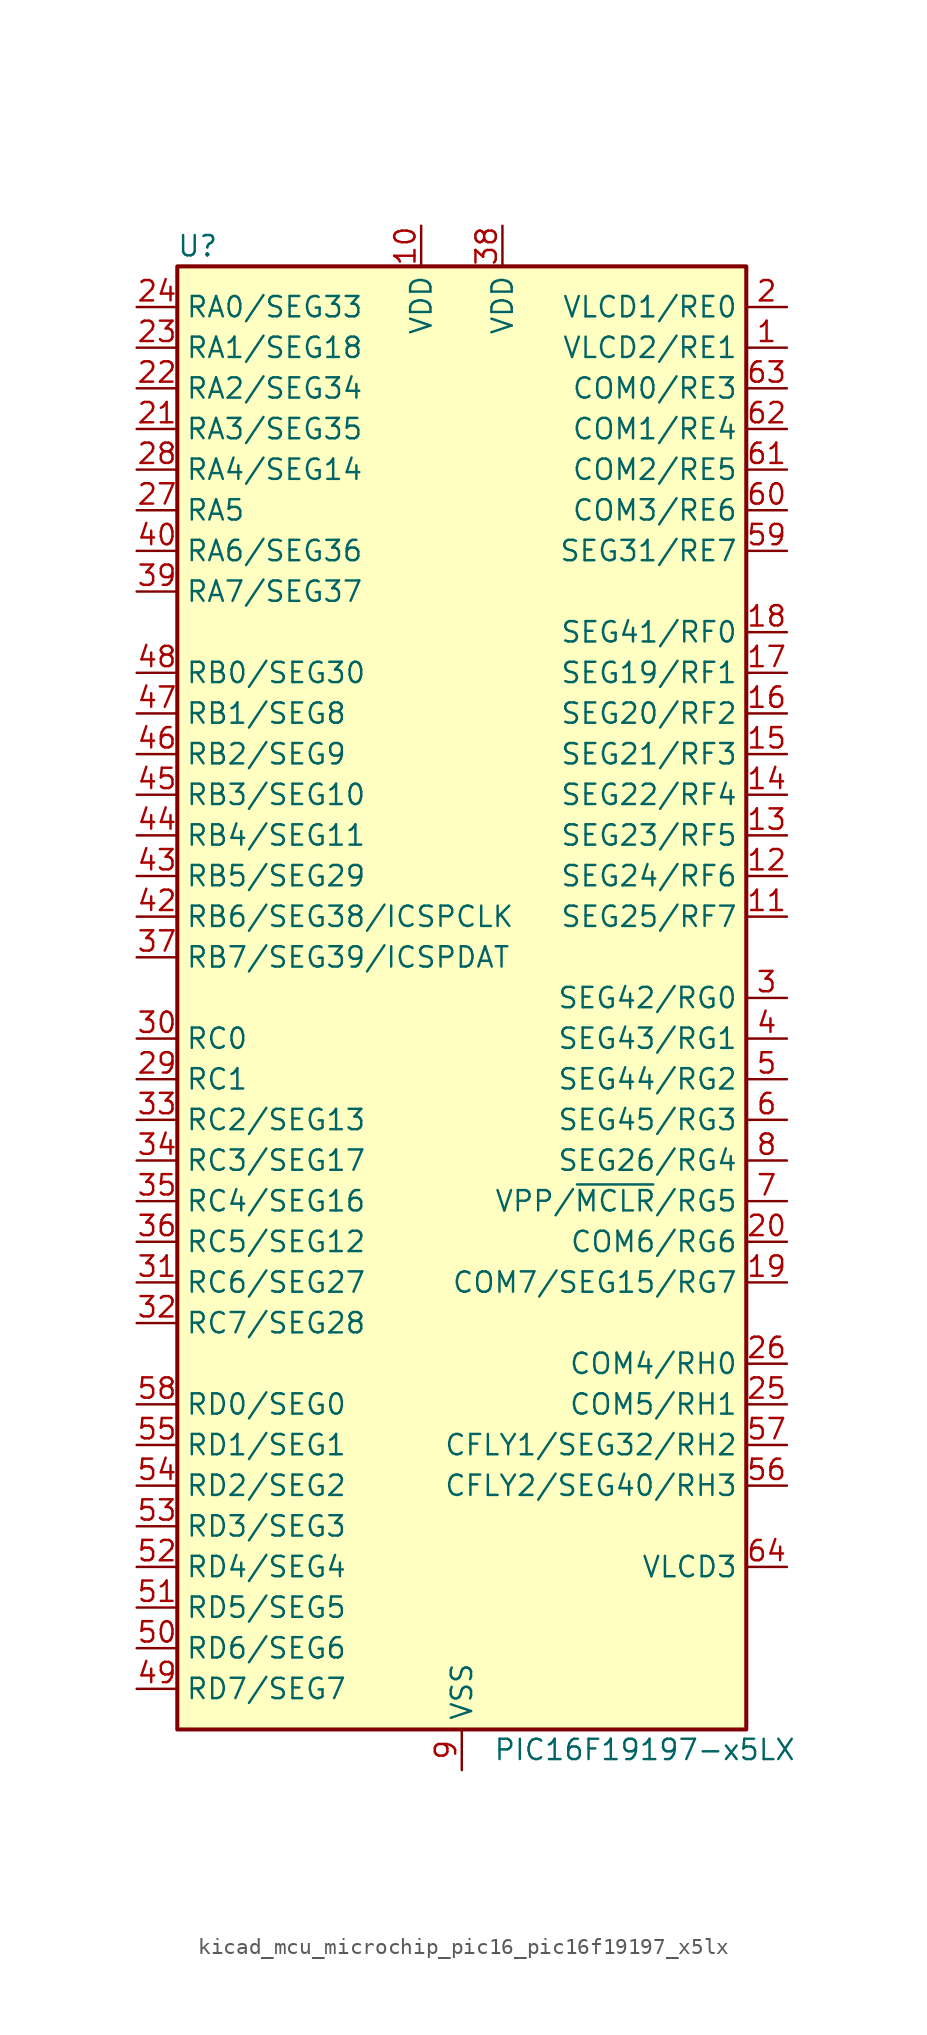
<source format=kicad_sym>
(kicad_symbol_lib
  (version 20220914)
  (generator kicad_symbol_editor)
  (symbol "kicad_mcu_microchip_pic16_pic16f19197_x5lx"
    (property "Reference" "U"
      (at -16.51 46.99 0)
      (effects (font (size 1.27 1.27))))
    (property "Value" "PIC16F19197-x5LX"
      (at 11.43 -46.99 0)
      (effects (font (size 1.27 1.27))))
    (symbol "kicad_mcu_microchip_pic16_pic16f19197_x5lx_0_1"
      (rectangle (start -17.78 45.72) (end 17.78 -45.72) (stroke (width 0.254) (type default)) (fill (type background))))
    (symbol "kicad_mcu_microchip_pic16_pic16f19197_x5lx_1_1"
      (pin bidirectional line (at 20.32 40.64 180) (length 2.54) (name "VLCD2/RE1" (effects (font (size 1.27 1.27)))) (number "1" (effects (font (size 1.27 1.27)))))
      (pin power_in line (at -2.54 48.26 270) (length 2.54) (name "VDD" (effects (font (size 1.27 1.27)))) (number "10" (effects (font (size 1.27 1.27)))))
      (pin bidirectional line (at 20.32 5.08 180) (length 2.54) (name "SEG25/RF7" (effects (font (size 1.27 1.27)))) (number "11" (effects (font (size 1.27 1.27)))))
      (pin bidirectional line (at 20.32 7.62 180) (length 2.54) (name "SEG24/RF6" (effects (font (size 1.27 1.27)))) (number "12" (effects (font (size 1.27 1.27)))))
      (pin bidirectional line (at 20.32 10.16 180) (length 2.54) (name "SEG23/RF5" (effects (font (size 1.27 1.27)))) (number "13" (effects (font (size 1.27 1.27)))))
      (pin bidirectional line (at 20.32 12.7 180) (length 2.54) (name "SEG22/RF4" (effects (font (size 1.27 1.27)))) (number "14" (effects (font (size 1.27 1.27)))))
      (pin bidirectional line (at 20.32 15.24 180) (length 2.54) (name "SEG21/RF3" (effects (font (size 1.27 1.27)))) (number "15" (effects (font (size 1.27 1.27)))))
      (pin bidirectional line (at 20.32 17.78 180) (length 2.54) (name "SEG20/RF2" (effects (font (size 1.27 1.27)))) (number "16" (effects (font (size 1.27 1.27)))))
      (pin bidirectional line (at 20.32 20.32 180) (length 2.54) (name "SEG19/RF1" (effects (font (size 1.27 1.27)))) (number "17" (effects (font (size 1.27 1.27)))))
      (pin bidirectional line (at 20.32 22.86 180) (length 2.54) (name "SEG41/RF0" (effects (font (size 1.27 1.27)))) (number "18" (effects (font (size 1.27 1.27)))))
      (pin bidirectional line (at 20.32 -17.78 180) (length 2.54) (name "COM7/SEG15/RG7" (effects (font (size 1.27 1.27)))) (number "19" (effects (font (size 1.27 1.27)))))
      (pin bidirectional line (at 20.32 43.18 180) (length 2.54) (name "VLCD1/RE0" (effects (font (size 1.27 1.27)))) (number "2" (effects (font (size 1.27 1.27)))))
      (pin bidirectional line (at 20.32 -15.24 180) (length 2.54) (name "COM6/RG6" (effects (font (size 1.27 1.27)))) (number "20" (effects (font (size 1.27 1.27)))))
      (pin bidirectional line (at -20.32 35.56 0) (length 2.54) (name "RA3/SEG35" (effects (font (size 1.27 1.27)))) (number "21" (effects (font (size 1.27 1.27)))))
      (pin bidirectional line (at -20.32 38.1 0) (length 2.54) (name "RA2/SEG34" (effects (font (size 1.27 1.27)))) (number "22" (effects (font (size 1.27 1.27)))))
      (pin bidirectional line (at -20.32 40.64 0) (length 2.54) (name "RA1/SEG18" (effects (font (size 1.27 1.27)))) (number "23" (effects (font (size 1.27 1.27)))))
      (pin bidirectional line (at -20.32 43.18 0) (length 2.54) (name "RA0/SEG33" (effects (font (size 1.27 1.27)))) (number "24" (effects (font (size 1.27 1.27)))))
      (pin bidirectional line (at 20.32 -25.4 180) (length 2.54) (name "COM5/RH1" (effects (font (size 1.27 1.27)))) (number "25" (effects (font (size 1.27 1.27)))))
      (pin bidirectional line (at 20.32 -22.86 180) (length 2.54) (name "COM4/RH0" (effects (font (size 1.27 1.27)))) (number "26" (effects (font (size 1.27 1.27)))))
      (pin bidirectional line (at -20.32 30.48 0) (length 2.54) (name "RA5" (effects (font (size 1.27 1.27)))) (number "27" (effects (font (size 1.27 1.27)))))
      (pin bidirectional line (at -20.32 33.02 0) (length 2.54) (name "RA4/SEG14" (effects (font (size 1.27 1.27)))) (number "28" (effects (font (size 1.27 1.27)))))
      (pin bidirectional line (at -20.32 -5.08 0) (length 2.54) (name "RC1" (effects (font (size 1.27 1.27)))) (number "29" (effects (font (size 1.27 1.27)))))
      (pin bidirectional line (at 20.32 0 180) (length 2.54) (name "SEG42/RG0" (effects (font (size 1.27 1.27)))) (number "3" (effects (font (size 1.27 1.27)))))
      (pin bidirectional line (at -20.32 -2.54 0) (length 2.54) (name "RC0" (effects (font (size 1.27 1.27)))) (number "30" (effects (font (size 1.27 1.27)))))
      (pin bidirectional line (at -20.32 -17.78 0) (length 2.54) (name "RC6/SEG27" (effects (font (size 1.27 1.27)))) (number "31" (effects (font (size 1.27 1.27)))))
      (pin bidirectional line (at -20.32 -20.32 0) (length 2.54) (name "RC7/SEG28" (effects (font (size 1.27 1.27)))) (number "32" (effects (font (size 1.27 1.27)))))
      (pin bidirectional line (at -20.32 -7.62 0) (length 2.54) (name "RC2/SEG13" (effects (font (size 1.27 1.27)))) (number "33" (effects (font (size 1.27 1.27)))))
      (pin bidirectional line (at -20.32 -10.16 0) (length 2.54) (name "RC3/SEG17" (effects (font (size 1.27 1.27)))) (number "34" (effects (font (size 1.27 1.27)))))
      (pin bidirectional line (at -20.32 -12.7 0) (length 2.54) (name "RC4/SEG16" (effects (font (size 1.27 1.27)))) (number "35" (effects (font (size 1.27 1.27)))))
      (pin bidirectional line (at -20.32 -15.24 0) (length 2.54) (name "RC5/SEG12" (effects (font (size 1.27 1.27)))) (number "36" (effects (font (size 1.27 1.27)))))
      (pin bidirectional line (at -20.32 2.54 0) (length 2.54) (name "RB7/SEG39/ICSPDAT" (effects (font (size 1.27 1.27)))) (number "37" (effects (font (size 1.27 1.27)))))
      (pin power_in line (at 2.54 48.26 270) (length 2.54) (name "VDD" (effects (font (size 1.27 1.27)))) (number "38" (effects (font (size 1.27 1.27)))))
      (pin bidirectional line (at -20.32 25.4 0) (length 2.54) (name "RA7/SEG37" (effects (font (size 1.27 1.27)))) (number "39" (effects (font (size 1.27 1.27)))))
      (pin bidirectional line (at 20.32 -2.54 180) (length 2.54) (name "SEG43/RG1" (effects (font (size 1.27 1.27)))) (number "4" (effects (font (size 1.27 1.27)))))
      (pin bidirectional line (at -20.32 27.94 0) (length 2.54) (name "RA6/SEG36" (effects (font (size 1.27 1.27)))) (number "40" (effects (font (size 1.27 1.27)))))
      (pin passive line (at 0 -48.26 90) (length 2.54) hide (name "VSS" (effects (font (size 1.27 1.27)))) (number "41" (effects (font (size 1.27 1.27)))))
      (pin bidirectional line (at -20.32 5.08 0) (length 2.54) (name "RB6/SEG38/ICSPCLK" (effects (font (size 1.27 1.27)))) (number "42" (effects (font (size 1.27 1.27)))))
      (pin bidirectional line (at -20.32 7.62 0) (length 2.54) (name "RB5/SEG29" (effects (font (size 1.27 1.27)))) (number "43" (effects (font (size 1.27 1.27)))))
      (pin bidirectional line (at -20.32 10.16 0) (length 2.54) (name "RB4/SEG11" (effects (font (size 1.27 1.27)))) (number "44" (effects (font (size 1.27 1.27)))))
      (pin bidirectional line (at -20.32 12.7 0) (length 2.54) (name "RB3/SEG10" (effects (font (size 1.27 1.27)))) (number "45" (effects (font (size 1.27 1.27)))))
      (pin bidirectional line (at -20.32 15.24 0) (length 2.54) (name "RB2/SEG9" (effects (font (size 1.27 1.27)))) (number "46" (effects (font (size 1.27 1.27)))))
      (pin bidirectional line (at -20.32 17.78 0) (length 2.54) (name "RB1/SEG8" (effects (font (size 1.27 1.27)))) (number "47" (effects (font (size 1.27 1.27)))))
      (pin bidirectional line (at -20.32 20.32 0) (length 2.54) (name "RB0/SEG30" (effects (font (size 1.27 1.27)))) (number "48" (effects (font (size 1.27 1.27)))))
      (pin bidirectional line (at -20.32 -43.18 0) (length 2.54) (name "RD7/SEG7" (effects (font (size 1.27 1.27)))) (number "49" (effects (font (size 1.27 1.27)))))
      (pin bidirectional line (at 20.32 -5.08 180) (length 2.54) (name "SEG44/RG2" (effects (font (size 1.27 1.27)))) (number "5" (effects (font (size 1.27 1.27)))))
      (pin bidirectional line (at -20.32 -40.64 0) (length 2.54) (name "RD6/SEG6" (effects (font (size 1.27 1.27)))) (number "50" (effects (font (size 1.27 1.27)))))
      (pin bidirectional line (at -20.32 -38.1 0) (length 2.54) (name "RD5/SEG5" (effects (font (size 1.27 1.27)))) (number "51" (effects (font (size 1.27 1.27)))))
      (pin bidirectional line (at -20.32 -35.56 0) (length 2.54) (name "RD4/SEG4" (effects (font (size 1.27 1.27)))) (number "52" (effects (font (size 1.27 1.27)))))
      (pin bidirectional line (at -20.32 -33.02 0) (length 2.54) (name "RD3/SEG3" (effects (font (size 1.27 1.27)))) (number "53" (effects (font (size 1.27 1.27)))))
      (pin bidirectional line (at -20.32 -30.48 0) (length 2.54) (name "RD2/SEG2" (effects (font (size 1.27 1.27)))) (number "54" (effects (font (size 1.27 1.27)))))
      (pin bidirectional line (at -20.32 -27.94 0) (length 2.54) (name "RD1/SEG1" (effects (font (size 1.27 1.27)))) (number "55" (effects (font (size 1.27 1.27)))))
      (pin bidirectional line (at 20.32 -30.48 180) (length 2.54) (name "CFLY2/SEG40/RH3" (effects (font (size 1.27 1.27)))) (number "56" (effects (font (size 1.27 1.27)))))
      (pin bidirectional line (at 20.32 -27.94 180) (length 2.54) (name "CFLY1/SEG32/RH2" (effects (font (size 1.27 1.27)))) (number "57" (effects (font (size 1.27 1.27)))))
      (pin bidirectional line (at -20.32 -25.4 0) (length 2.54) (name "RD0/SEG0" (effects (font (size 1.27 1.27)))) (number "58" (effects (font (size 1.27 1.27)))))
      (pin bidirectional line (at 20.32 27.94 180) (length 2.54) (name "SEG31/RE7" (effects (font (size 1.27 1.27)))) (number "59" (effects (font (size 1.27 1.27)))))
      (pin bidirectional line (at 20.32 -7.62 180) (length 2.54) (name "SEG45/RG3" (effects (font (size 1.27 1.27)))) (number "6" (effects (font (size 1.27 1.27)))))
      (pin bidirectional line (at 20.32 30.48 180) (length 2.54) (name "COM3/RE6" (effects (font (size 1.27 1.27)))) (number "60" (effects (font (size 1.27 1.27)))))
      (pin bidirectional line (at 20.32 33.02 180) (length 2.54) (name "COM2/RE5" (effects (font (size 1.27 1.27)))) (number "61" (effects (font (size 1.27 1.27)))))
      (pin bidirectional line (at 20.32 35.56 180) (length 2.54) (name "COM1/RE4" (effects (font (size 1.27 1.27)))) (number "62" (effects (font (size 1.27 1.27)))))
      (pin bidirectional line (at 20.32 38.1 180) (length 2.54) (name "COM0/RE3" (effects (font (size 1.27 1.27)))) (number "63" (effects (font (size 1.27 1.27)))))
      (pin input line (at 20.32 -35.56 180) (length 2.54) (name "VLCD3" (effects (font (size 1.27 1.27)))) (number "64" (effects (font (size 1.27 1.27)))))
      (pin passive line (at 0 -48.26 90) (length 2.54) hide (name "VSS" (effects (font (size 1.27 1.27)))) (number "65" (effects (font (size 1.27 1.27)))))
      (pin bidirectional line (at 20.32 -12.7 180) (length 2.54) (name "VPP/~{MCLR}/RG5" (effects (font (size 1.27 1.27)))) (number "7" (effects (font (size 1.27 1.27)))))
      (pin bidirectional line (at 20.32 -10.16 180) (length 2.54) (name "SEG26/RG4" (effects (font (size 1.27 1.27)))) (number "8" (effects (font (size 1.27 1.27)))))
      (pin power_in line (at 0 -48.26 90) (length 2.54) (name "VSS" (effects (font (size 1.27 1.27)))) (number "9" (effects (font (size 1.27 1.27))))))))
</source>
